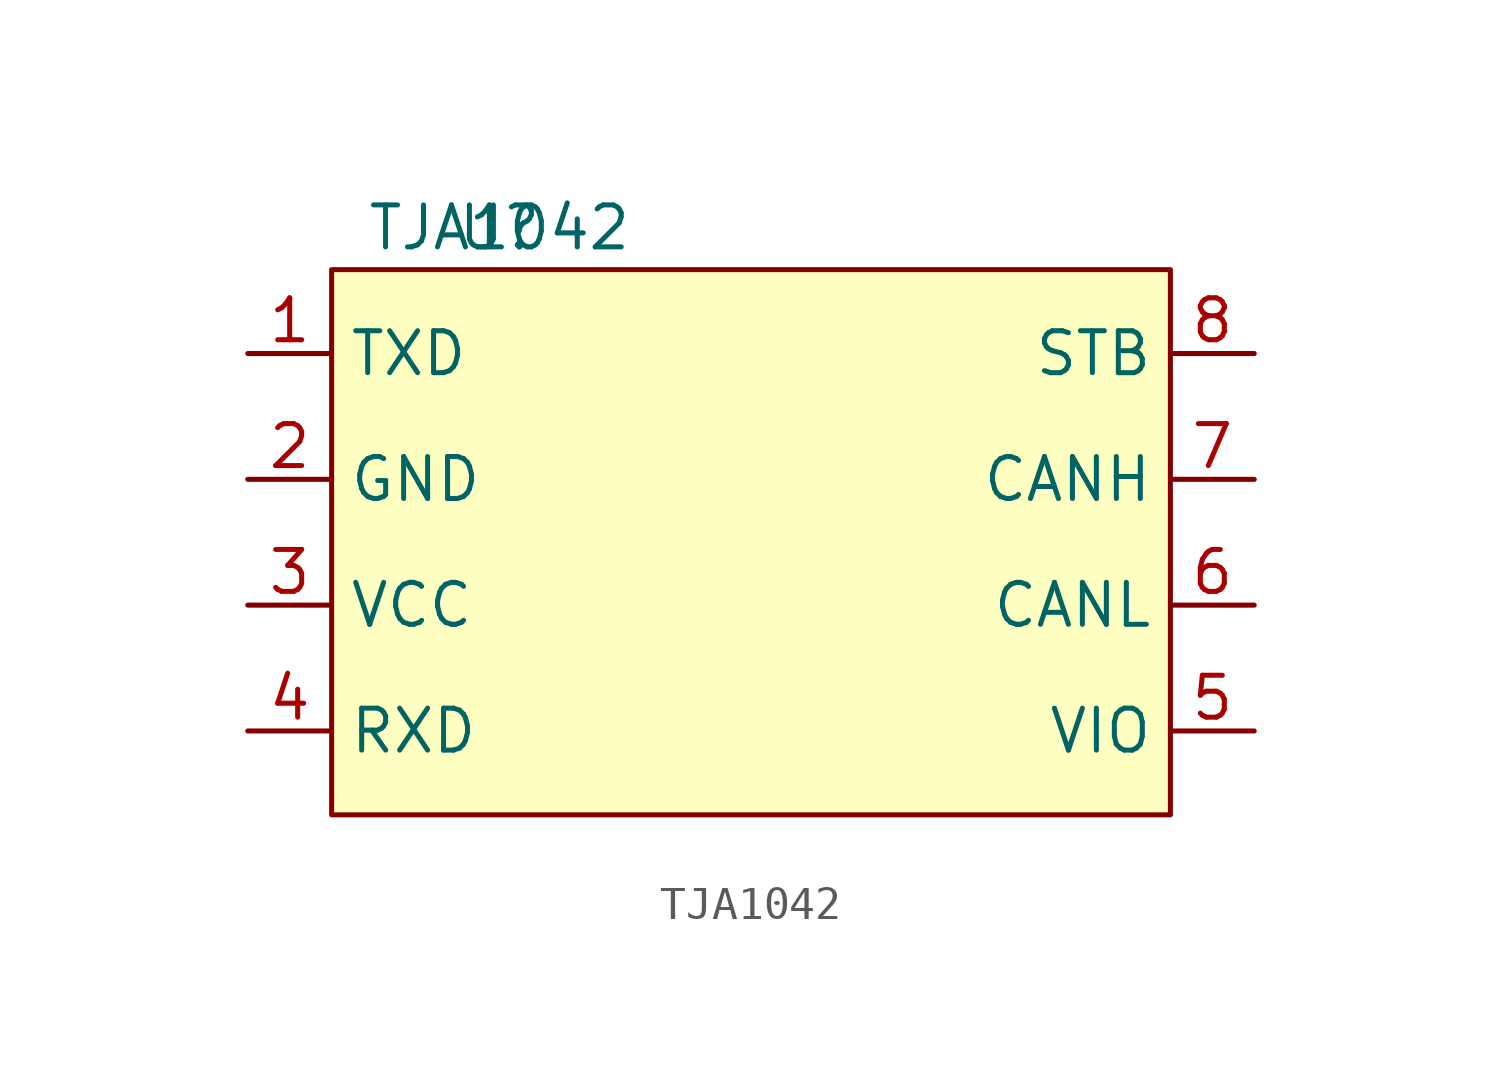
<source format=kicad_sym>
(kicad_symbol_lib
  (version 20211014)
  (generator kicad_symbol_editor)
  (symbol "TJA1042"
    (property "Reference" "U"
      (at 5.08 1.27 0)
      (effects (font (size 1.27 1.27))))
    (property "Value" "TJA1042"
      (at 5.08 1.27 0)
      (effects (font (size 1.27 1.27))))
    (symbol "TJA1042_0_1"
      (rectangle (start 0 0) (end 25.4 -16.51) (stroke (width 0) (type default) (color 0 0 0 0)) (fill (type background))))
    (symbol "TJA1042_1_1"
      (pin input line (at -2.54 -2.54 0) (length 2.54) (name "TXD" (effects (font (size 1.27 1.27)))) (number "1" (effects (font (size 1.27 1.27)))))
      (pin input line (at -2.54 -6.35 0) (length 2.54) (name "GND" (effects (font (size 1.27 1.27)))) (number "2" (effects (font (size 1.27 1.27)))))
      (pin input line (at -2.54 -10.16 0) (length 2.54) (name "VCC" (effects (font (size 1.27 1.27)))) (number "3" (effects (font (size 1.27 1.27)))))
      (pin input line (at -2.54 -13.97 0) (length 2.54) (name "RXD" (effects (font (size 1.27 1.27)))) (number "4" (effects (font (size 1.27 1.27)))))
      (pin input line (at 27.94 -13.97 180) (length 2.54) (name "VIO" (effects (font (size 1.27 1.27)))) (number "5" (effects (font (size 1.27 1.27)))))
      (pin input line (at 27.94 -10.16 180) (length 2.54) (name "CANL" (effects (font (size 1.27 1.27)))) (number "6" (effects (font (size 1.27 1.27)))))
      (pin input line (at 27.94 -6.35 180) (length 2.54) (name "CANH" (effects (font (size 1.27 1.27)))) (number "7" (effects (font (size 1.27 1.27)))))
      (pin input line (at 27.94 -2.54 180) (length 2.54) (name "STB" (effects (font (size 1.27 1.27)))) (number "8" (effects (font (size 1.27 1.27))))))))
</source>
